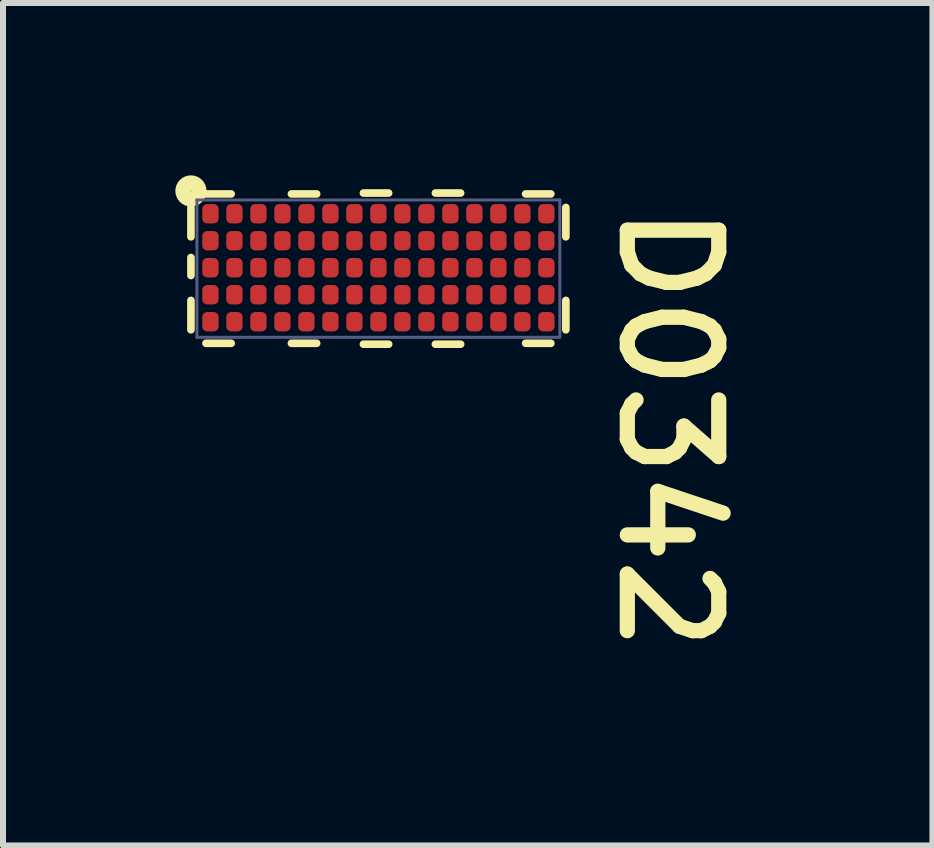
<source format=kicad_pcb>
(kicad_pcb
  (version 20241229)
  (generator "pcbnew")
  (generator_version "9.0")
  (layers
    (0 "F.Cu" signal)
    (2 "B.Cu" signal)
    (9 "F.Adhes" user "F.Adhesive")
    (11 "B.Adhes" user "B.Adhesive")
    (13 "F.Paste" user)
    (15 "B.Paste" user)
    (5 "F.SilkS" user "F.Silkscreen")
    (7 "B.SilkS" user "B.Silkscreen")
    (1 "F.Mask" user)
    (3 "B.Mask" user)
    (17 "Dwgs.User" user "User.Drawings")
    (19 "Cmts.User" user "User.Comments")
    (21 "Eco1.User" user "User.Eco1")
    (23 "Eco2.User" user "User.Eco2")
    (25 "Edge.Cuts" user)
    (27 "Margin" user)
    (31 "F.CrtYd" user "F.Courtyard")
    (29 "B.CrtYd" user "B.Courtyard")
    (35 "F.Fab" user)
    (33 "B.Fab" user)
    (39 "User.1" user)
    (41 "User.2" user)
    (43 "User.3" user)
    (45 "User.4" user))
  (footprint "D0342"
    (layer "F.Cu")
    (at 3.258 1.413)
    (property "Reference" "D0342" (at 3.95 -1.156 270) (unlocked yes) (layer "F.SilkS") (effects (font (size 1.524 1.524) (thickness 0.254)) (justify left bottom)))
    (attr smd)
    (fp_circle (center -2.8 -0.9) (end -2.75 -0.9) (stroke (width 0.1) (type solid)) (fill yes) (layer "F.Mask"))
    (fp_circle (center -2.8 -0.45) (end -2.75 -0.45) (stroke (width 0.1) (type solid)) (fill yes) (layer "F.Mask"))
    (fp_circle (center -2.8 0.00001) (end -2.75 0.00001) (stroke (width 0.1) (type solid)) (fill yes) (layer "F.Mask"))
    (fp_circle (center -2.8 0.45) (end -2.75 0.45) (stroke (width 0.1) (type solid)) (fill yes) (layer "F.Mask"))
    (fp_circle (center -2.8 0.9) (end -2.75 0.9) (stroke (width 0.1) (type solid)) (fill yes) (layer "F.Mask"))
    (fp_circle (center -2.4 -0.9) (end -2.35 -0.9) (stroke (width 0.1) (type solid)) (fill yes) (layer "F.Mask"))
    (fp_circle (center -2.4 -0.45) (end -2.35 -0.45) (stroke (width 0.1) (type solid)) (fill yes) (layer "F.Mask"))
    (fp_circle (center -2.4 0.00001) (end -2.35 0.00001) (stroke (width 0.1) (type solid)) (fill yes) (layer "F.Mask"))
    (fp_circle (center -2.4 0.45) (end -2.35 0.45) (stroke (width 0.1) (type solid)) (fill yes) (layer "F.Mask"))
    (fp_circle (center -2.4 0.9) (end -2.35 0.9) (stroke (width 0.1) (type solid)) (fill yes) (layer "F.Mask"))
    (fp_circle (center -2 -0.9) (end -1.95 -0.9) (stroke (width 0.1) (type solid)) (fill yes) (layer "F.Mask"))
    (fp_circle (center -2 -0.45) (end -1.95 -0.45) (stroke (width 0.1) (type solid)) (fill yes) (layer "F.Mask"))
    (fp_circle (center -2 0.00001) (end -1.95 0.00001) (stroke (width 0.1) (type solid)) (fill yes) (layer "F.Mask"))
    (fp_circle (center -2 0.45) (end -1.95 0.45) (stroke (width 0.1) (type solid)) (fill yes) (layer "F.Mask"))
    (fp_circle (center -2 0.9) (end -1.95 0.9) (stroke (width 0.1) (type solid)) (fill yes) (layer "F.Mask"))
    (fp_circle (center -1.6 -0.9) (end -1.55 -0.9) (stroke (width 0.1) (type solid)) (fill yes) (layer "F.Mask"))
    (fp_circle (center -1.6 -0.45) (end -1.55 -0.45) (stroke (width 0.1) (type solid)) (fill yes) (layer "F.Mask"))
    (fp_circle (center -1.6 0.00001) (end -1.55 0.00001) (stroke (width 0.1) (type solid)) (fill yes) (layer "F.Mask"))
    (fp_circle (center -1.6 0.45) (end -1.55 0.45) (stroke (width 0.1) (type solid)) (fill yes) (layer "F.Mask"))
    (fp_circle (center -1.6 0.9) (end -1.55 0.9) (stroke (width 0.1) (type solid)) (fill yes) (layer "F.Mask"))
    (fp_circle (center -1.2 -0.9) (end -1.15 -0.9) (stroke (width 0.1) (type solid)) (fill yes) (layer "F.Mask"))
    (fp_circle (center -1.2 -0.45) (end -1.15 -0.45) (stroke (width 0.1) (type solid)) (fill yes) (layer "F.Mask"))
    (fp_circle (center -1.2 0.00001) (end -1.15 0.00001) (stroke (width 0.1) (type solid)) (fill yes) (layer "F.Mask"))
    (fp_circle (center -1.2 0.45) (end -1.15 0.45) (stroke (width 0.1) (type solid)) (fill yes) (layer "F.Mask"))
    (fp_circle (center -1.2 0.9) (end -1.15 0.9) (stroke (width 0.1) (type solid)) (fill yes) (layer "F.Mask"))
    (fp_circle (center -0.8 -0.9) (end -0.75 -0.9) (stroke (width 0.1) (type solid)) (fill yes) (layer "F.Mask"))
    (fp_circle (center -0.8 -0.45) (end -0.75 -0.45) (stroke (width 0.1) (type solid)) (fill yes) (layer "F.Mask"))
    (fp_circle (center -0.8 0.00001) (end -0.75 0.00001) (stroke (width 0.1) (type solid)) (fill yes) (layer "F.Mask"))
    (fp_circle (center -0.8 0.45) (end -0.75 0.45) (stroke (width 0.1) (type solid)) (fill yes) (layer "F.Mask"))
    (fp_circle (center -0.8 0.9) (end -0.75 0.9) (stroke (width 0.1) (type solid)) (fill yes) (layer "F.Mask"))
    (fp_circle (center -0.4 -0.9) (end -0.35 -0.9) (stroke (width 0.1) (type solid)) (fill yes) (layer "F.Mask"))
    (fp_circle (center -0.4 -0.45) (end -0.35 -0.45) (stroke (width 0.1) (type solid)) (fill yes) (layer "F.Mask"))
    (fp_circle (center -0.4 0.00001) (end -0.35 0.00001) (stroke (width 0.1) (type solid)) (fill yes) (layer "F.Mask"))
    (fp_circle (center -0.4 0.45) (end -0.35 0.45) (stroke (width 0.1) (type solid)) (fill yes) (layer "F.Mask"))
    (fp_circle (center -0.4 0.9) (end -0.35 0.9) (stroke (width 0.1) (type solid)) (fill yes) (layer "F.Mask"))
    (fp_circle (center -0.00001 -0.9) (end 0.05 -0.9) (stroke (width 0.1) (type solid)) (fill yes) (layer "F.Mask"))
    (fp_circle (center -0.00001 -0.45) (end 0.05 -0.45) (stroke (width 0.1) (type solid)) (fill yes) (layer "F.Mask"))
    (fp_circle (center -0.00001 0.00001) (end 0.05 0.00001) (stroke (width 0.1) (type solid)) (fill yes) (layer "F.Mask"))
    (fp_circle (center -0.00001 0.45) (end 0.05 0.45) (stroke (width 0.1) (type solid)) (fill yes) (layer "F.Mask"))
    (fp_circle (center -0.00001 0.9) (end 0.05 0.9) (stroke (width 0.1) (type solid)) (fill yes) (layer "F.Mask"))
    (fp_circle (center 0.4 -0.9) (end 0.45 -0.9) (stroke (width 0.1) (type solid)) (fill yes) (layer "F.Mask"))
    (fp_circle (center 0.4 -0.45) (end 0.45 -0.45) (stroke (width 0.1) (type solid)) (fill yes) (layer "F.Mask"))
    (fp_circle (center 0.4 0.00001) (end 0.45 0.00001) (stroke (width 0.1) (type solid)) (fill yes) (layer "F.Mask"))
    (fp_circle (center 0.4 0.45) (end 0.45 0.45) (stroke (width 0.1) (type solid)) (fill yes) (layer "F.Mask"))
    (fp_circle (center 0.4 0.9) (end 0.45 0.9) (stroke (width 0.1) (type solid)) (fill yes) (layer "F.Mask"))
    (fp_circle (center 0.8 -0.9) (end 0.85 -0.9) (stroke (width 0.1) (type solid)) (fill yes) (layer "F.Mask"))
    (fp_circle (center 0.8 -0.45) (end 0.85 -0.45) (stroke (width 0.1) (type solid)) (fill yes) (layer "F.Mask"))
    (fp_circle (center 0.8 0.00001) (end 0.85 0.00001) (stroke (width 0.1) (type solid)) (fill yes) (layer "F.Mask"))
    (fp_circle (center 0.8 0.45) (end 0.85 0.45) (stroke (width 0.1) (type solid)) (fill yes) (layer "F.Mask"))
    (fp_circle (center 0.8 0.9) (end 0.85 0.9) (stroke (width 0.1) (type solid)) (fill yes) (layer "F.Mask"))
    (fp_circle (center 1.2 -0.9) (end 1.25 -0.9) (stroke (width 0.1) (type solid)) (fill yes) (layer "F.Mask"))
    (fp_circle (center 1.2 -0.45) (end 1.25 -0.45) (stroke (width 0.1) (type solid)) (fill yes) (layer "F.Mask"))
    (fp_circle (center 1.2 0.00001) (end 1.25 0.00001) (stroke (width 0.1) (type solid)) (fill yes) (layer "F.Mask"))
    (fp_circle (center 1.2 0.45) (end 1.25 0.45) (stroke (width 0.1) (type solid)) (fill yes) (layer "F.Mask"))
    (fp_circle (center 1.2 0.9) (end 1.25 0.9) (stroke (width 0.1) (type solid)) (fill yes) (layer "F.Mask"))
    (fp_circle (center 1.6 -0.9) (end 1.65 -0.9) (stroke (width 0.1) (type solid)) (fill yes) (layer "F.Mask"))
    (fp_circle (center 1.6 -0.45) (end 1.65 -0.45) (stroke (width 0.1) (type solid)) (fill yes) (layer "F.Mask"))
    (fp_circle (center 1.6 0.00001) (end 1.65 0.00001) (stroke (width 0.1) (type solid)) (fill yes) (layer "F.Mask"))
    (fp_circle (center 1.6 0.45) (end 1.65 0.45) (stroke (width 0.1) (type solid)) (fill yes) (layer "F.Mask"))
    (fp_circle (center 1.6 0.9) (end 1.65 0.9) (stroke (width 0.1) (type solid)) (fill yes) (layer "F.Mask"))
    (fp_circle (center 2 -0.9) (end 2.05 -0.9) (stroke (width 0.1) (type solid)) (fill yes) (layer "F.Mask"))
    (fp_circle (center 2 -0.45) (end 2.05 -0.45) (stroke (width 0.1) (type solid)) (fill yes) (layer "F.Mask"))
    (fp_circle (center 2 0.00001) (end 2.05 0.00001) (stroke (width 0.1) (type solid)) (fill yes) (layer "F.Mask"))
    (fp_circle (center 2 0.45) (end 2.05 0.45) (stroke (width 0.1) (type solid)) (fill yes) (layer "F.Mask"))
    (fp_circle (center 2 0.9) (end 2.05 0.9) (stroke (width 0.1) (type solid)) (fill yes) (layer "F.Mask"))
    (fp_circle (center 2.4 -0.9) (end 2.45 -0.9) (stroke (width 0.1) (type solid)) (fill yes) (layer "F.Mask"))
    (fp_circle (center 2.4 -0.45) (end 2.45 -0.45) (stroke (width 0.1) (type solid)) (fill yes) (layer "F.Mask"))
    (fp_circle (center 2.4 0.00001) (end 2.45 0.00001) (stroke (width 0.1) (type solid)) (fill yes) (layer "F.Mask"))
    (fp_circle (center 2.4 0.45) (end 2.45 0.45) (stroke (width 0.1) (type solid)) (fill yes) (layer "F.Mask"))
    (fp_circle (center 2.4 0.9) (end 2.45 0.9) (stroke (width 0.1) (type solid)) (fill yes) (layer "F.Mask"))
    (fp_circle (center 2.8 -0.9) (end 2.85 -0.9) (stroke (width 0.1) (type solid)) (fill yes) (layer "F.Mask"))
    (fp_circle (center 2.8 -0.45) (end 2.85 -0.45) (stroke (width 0.1) (type solid)) (fill yes) (layer "F.Mask"))
    (fp_circle (center 2.8 0.00001) (end 2.85 0.00001) (stroke (width 0.1) (type solid)) (fill yes) (layer "F.Mask"))
    (fp_circle (center 2.8 0.45) (end 2.85 0.45) (stroke (width 0.1) (type solid)) (fill yes) (layer "F.Mask"))
    (fp_circle (center 2.8 0.9) (end 2.85 0.9) (stroke (width 0.1) (type solid)) (fill yes) (layer "F.Mask"))
    (fp_line (start -3.125 -1.005) (end -3.125 -0.515) (stroke (width 0.127) (type solid)) (layer "F.SilkS"))
    (fp_line (start -3.125 -0.17) (end -3.125 0.13) (stroke (width 0.127) (type solid)) (layer "F.SilkS"))
    (fp_line (start -3.125 0.545) (end -3.125 1.035) (stroke (width 0.127) (type solid)) (layer "F.SilkS"))
    (fp_line (start -2.875 -1.23) (end -2.454 -1.23) (stroke (width 0.127) (type solid)) (layer "F.SilkS"))
    (fp_line (start -2.875 1.26) (end -2.454 1.26) (stroke (width 0.127) (type solid)) (layer "F.SilkS"))
    (fp_line (start -1.45 -1.23) (end -1.029 -1.23) (stroke (width 0.127) (type solid)) (layer "F.SilkS"))
    (fp_line (start -1.45 1.26) (end -1.029 1.26) (stroke (width 0.127) (type solid)) (layer "F.SilkS"))
    (fp_line (start -0.25 -1.245) (end 0.171 -1.245) (stroke (width 0.127) (type solid)) (layer "F.SilkS"))
    (fp_line (start -0.25 1.275) (end 0.171 1.275) (stroke (width 0.127) (type solid)) (layer "F.SilkS"))
    (fp_line (start 0.95 -1.245) (end 1.371 -1.245) (stroke (width 0.127) (type solid)) (layer "F.SilkS"))
    (fp_line (start 0.95 1.275) (end 1.371 1.275) (stroke (width 0.127) (type solid)) (layer "F.SilkS"))
    (fp_line (start 2.454 -1.23) (end 2.875 -1.23) (stroke (width 0.127) (type solid)) (layer "F.SilkS"))
    (fp_line (start 2.454 1.26) (end 2.875 1.26) (stroke (width 0.127) (type solid)) (layer "F.SilkS"))
    (fp_line (start 3.125 -1.005) (end 3.125 -0.515) (stroke (width 0.127) (type solid)) (layer "F.SilkS"))
    (fp_line (start 3.125 0.545) (end 3.125 1.035) (stroke (width 0.127) (type solid)) (layer "F.SilkS"))
    (fp_circle (center -3.125 -1.28) (end -3.119 -1.28) (stroke (width 0.254) (type solid)) (fill no) (layer "F.SilkS"))
    (fp_line (start -3.025 -1.13) (end -3.025 1.16) (stroke (width 0.05) (type solid)) (layer "B.Fab"))
    (fp_line (start -3.025 -1.13) (end 3.025 -1.13) (stroke (width 0.05) (type solid)) (layer "B.Fab"))
    (fp_line (start -3.025 1.16) (end 3.015 1.16) (stroke (width 0.05) (type solid)) (layer "B.Fab"))
    (fp_line (start 3.025 -1.13) (end 3.025 1.16) (stroke (width 0.05) (type solid)) (layer "B.Fab"))
    (pad "1" smd roundrect (at -2.8 -0.9 180) (size 0.273 0.323) (layers "F.Cu" "F.Mask" "F.Paste") (roundrect_rratio 0.3))
    (pad "2" smd roundrect (at -2.8 -0.45 180) (size 0.273 0.323) (layers "F.Cu" "F.Mask" "F.Paste") (roundrect_rratio 0.3))
    (pad "3" smd roundrect (at -2.8 0.00001 180) (size 0.273 0.323) (layers "F.Cu" "F.Mask" "F.Paste") (roundrect_rratio 0.3))
    (pad "4" smd roundrect (at -2.8 0.45 180) (size 0.273 0.323) (layers "F.Cu" "F.Mask" "F.Paste") (roundrect_rratio 0.3))
    (pad "5" smd roundrect (at -2.8 0.9 180) (size 0.273 0.323) (layers "F.Cu" "F.Mask" "F.Paste") (roundrect_rratio 0.3))
    (pad "6" smd roundrect (at -2.4 -0.9 180) (size 0.273 0.323) (layers "F.Cu" "F.Mask" "F.Paste") (roundrect_rratio 0.3))
    (pad "7" smd roundrect (at -2.4 -0.45 180) (size 0.273 0.323) (layers "F.Cu" "F.Mask" "F.Paste") (roundrect_rratio 0.3))
    (pad "8" smd roundrect (at -2.4 0.00001 180) (size 0.273 0.323) (layers "F.Cu" "F.Mask" "F.Paste") (roundrect_rratio 0.3))
    (pad "9" smd roundrect (at -2.4 0.45 180) (size 0.273 0.323) (layers "F.Cu" "F.Mask" "F.Paste") (roundrect_rratio 0.3))
    (pad "10" smd roundrect (at -2.4 0.9 180) (size 0.273 0.323) (layers "F.Cu" "F.Mask" "F.Paste") (roundrect_rratio 0.3))
    (pad "11" smd roundrect (at -2 -0.9 180) (size 0.273 0.323) (layers "F.Cu" "F.Mask" "F.Paste") (roundrect_rratio 0.3))
    (pad "12" smd roundrect (at -2 -0.45 180) (size 0.273 0.323) (layers "F.Cu" "F.Mask" "F.Paste") (roundrect_rratio 0.3))
    (pad "13" smd roundrect (at -2 0.00001 180) (size 0.273 0.323) (layers "F.Cu" "F.Mask" "F.Paste") (roundrect_rratio 0.3))
    (pad "14" smd roundrect (at -2 0.45 180) (size 0.273 0.323) (layers "F.Cu" "F.Mask" "F.Paste") (roundrect_rratio 0.3))
    (pad "15" smd roundrect (at -2 0.9 180) (size 0.273 0.323) (layers "F.Cu" "F.Mask" "F.Paste") (roundrect_rratio 0.3))
    (pad "16" smd roundrect (at -1.6 -0.9 180) (size 0.273 0.323) (layers "F.Cu" "F.Mask" "F.Paste") (roundrect_rratio 0.3))
    (pad "17" smd roundrect (at -1.6 -0.45 180) (size 0.273 0.323) (layers "F.Cu" "F.Mask" "F.Paste") (roundrect_rratio 0.3))
    (pad "18" smd roundrect (at -1.6 0.00001 180) (size 0.273 0.323) (layers "F.Cu" "F.Mask" "F.Paste") (roundrect_rratio 0.3))
    (pad "19" smd roundrect (at -1.6 0.45 180) (size 0.273 0.323) (layers "F.Cu" "F.Mask" "F.Paste") (roundrect_rratio 0.3))
    (pad "20" smd roundrect (at -1.6 0.9 180) (size 0.273 0.323) (layers "F.Cu" "F.Mask" "F.Paste") (roundrect_rratio 0.3))
    (pad "21" smd roundrect (at -1.2 -0.9 180) (size 0.273 0.323) (layers "F.Cu" "F.Mask" "F.Paste") (roundrect_rratio 0.3))
    (pad "22" smd roundrect (at -1.2 -0.45 180) (size 0.273 0.323) (layers "F.Cu" "F.Mask" "F.Paste") (roundrect_rratio 0.3))
    (pad "23" smd roundrect (at -1.2 0.00001 180) (size 0.273 0.323) (layers "F.Cu" "F.Mask" "F.Paste") (roundrect_rratio 0.3))
    (pad "24" smd roundrect (at -1.2 0.45 180) (size 0.273 0.323) (layers "F.Cu" "F.Mask" "F.Paste") (roundrect_rratio 0.3))
    (pad "25" smd roundrect (at -1.2 0.9 180) (size 0.273 0.323) (layers "F.Cu" "F.Mask" "F.Paste") (roundrect_rratio 0.3))
    (pad "26" smd roundrect (at -0.8 -0.9 180) (size 0.273 0.323) (layers "F.Cu" "F.Mask" "F.Paste") (roundrect_rratio 0.3))
    (pad "27" smd roundrect (at -0.8 -0.45 180) (size 0.273 0.323) (layers "F.Cu" "F.Mask" "F.Paste") (roundrect_rratio 0.3))
    (pad "28" smd roundrect (at -0.8 0.00001 180) (size 0.273 0.323) (layers "F.Cu" "F.Mask" "F.Paste") (roundrect_rratio 0.3))
    (pad "29" smd roundrect (at -0.8 0.45 180) (size 0.273 0.323) (layers "F.Cu" "F.Mask" "F.Paste") (roundrect_rratio 0.3))
    (pad "30" smd roundrect (at -0.8 0.9 180) (size 0.273 0.323) (layers "F.Cu" "F.Mask" "F.Paste") (roundrect_rratio 0.3))
    (pad "31" smd roundrect (at -0.4 -0.9 180) (size 0.273 0.323) (layers "F.Cu" "F.Mask" "F.Paste") (roundrect_rratio 0.3))
    (pad "32" smd roundrect (at -0.4 -0.45 180) (size 0.273 0.323) (layers "F.Cu" "F.Mask" "F.Paste") (roundrect_rratio 0.3))
    (pad "33" smd roundrect (at -0.4 0.00001 180) (size 0.273 0.323) (layers "F.Cu" "F.Mask" "F.Paste") (roundrect_rratio 0.3))
    (pad "34" smd roundrect (at -0.4 0.45 180) (size 0.273 0.323) (layers "F.Cu" "F.Mask" "F.Paste") (roundrect_rratio 0.3))
    (pad "35" smd roundrect (at -0.4 0.9 180) (size 0.273 0.323) (layers "F.Cu" "F.Mask" "F.Paste") (roundrect_rratio 0.3))
    (pad "36" smd roundrect (at 0 -0.9 180) (size 0.273 0.323) (layers "F.Cu" "F.Mask" "F.Paste") (roundrect_rratio 0.3))
    (pad "37" smd roundrect (at 0 -0.45 180) (size 0.273 0.323) (layers "F.Cu" "F.Mask" "F.Paste") (roundrect_rratio 0.3))
    (pad "38" smd roundrect (at 0 0.00001 180) (size 0.273 0.323) (layers "F.Cu" "F.Mask" "F.Paste") (roundrect_rratio 0.3))
    (pad "39" smd roundrect (at 0 0.45 180) (size 0.273 0.323) (layers "F.Cu" "F.Mask" "F.Paste") (roundrect_rratio 0.3))
    (pad "40" smd roundrect (at 0 0.9 180) (size 0.273 0.323) (layers "F.Cu" "F.Mask" "F.Paste") (roundrect_rratio 0.3))
    (pad "41" smd roundrect (at 0.4 -0.9 180) (size 0.273 0.323) (layers "F.Cu" "F.Mask" "F.Paste") (roundrect_rratio 0.3))
    (pad "42" smd roundrect (at 0.4 -0.45 180) (size 0.273 0.323) (layers "F.Cu" "F.Mask" "F.Paste") (roundrect_rratio 0.3))
    (pad "43" smd roundrect (at 0.4 0.00001 180) (size 0.273 0.323) (layers "F.Cu" "F.Mask" "F.Paste") (roundrect_rratio 0.3))
    (pad "44" smd roundrect (at 0.4 0.45 180) (size 0.273 0.323) (layers "F.Cu" "F.Mask" "F.Paste") (roundrect_rratio 0.3))
    (pad "45" smd roundrect (at 0.4 0.9 180) (size 0.273 0.323) (layers "F.Cu" "F.Mask" "F.Paste") (roundrect_rratio 0.3))
    (pad "46" smd roundrect (at 0.8 -0.9 180) (size 0.273 0.323) (layers "F.Cu" "F.Mask" "F.Paste") (roundrect_rratio 0.3))
    (pad "47" smd roundrect (at 0.8 -0.45 180) (size 0.273 0.323) (layers "F.Cu" "F.Mask" "F.Paste") (roundrect_rratio 0.3))
    (pad "48" smd roundrect (at 0.8 0.00001 180) (size 0.273 0.323) (layers "F.Cu" "F.Mask" "F.Paste") (roundrect_rratio 0.3))
    (pad "49" smd roundrect (at 0.8 0.45 180) (size 0.273 0.323) (layers "F.Cu" "F.Mask" "F.Paste") (roundrect_rratio 0.3))
    (pad "50" smd roundrect (at 0.8 0.9 180) (size 0.273 0.323) (layers "F.Cu" "F.Mask" "F.Paste") (roundrect_rratio 0.3))
    (pad "51" smd roundrect (at 1.2 -0.9 180) (size 0.273 0.323) (layers "F.Cu" "F.Mask" "F.Paste") (roundrect_rratio 0.3))
    (pad "52" smd roundrect (at 1.2 -0.45 180) (size 0.273 0.323) (layers "F.Cu" "F.Mask" "F.Paste") (roundrect_rratio 0.3))
    (pad "53" smd roundrect (at 1.2 0.00001 180) (size 0.273 0.323) (layers "F.Cu" "F.Mask" "F.Paste") (roundrect_rratio 0.3))
    (pad "54" smd roundrect (at 1.2 0.45 180) (size 0.273 0.323) (layers "F.Cu" "F.Mask" "F.Paste") (roundrect_rratio 0.3))
    (pad "55" smd roundrect (at 1.2 0.9 180) (size 0.273 0.323) (layers "F.Cu" "F.Mask" "F.Paste") (roundrect_rratio 0.3))
    (pad "56" smd roundrect (at 1.6 -0.9 180) (size 0.273 0.323) (layers "F.Cu" "F.Mask" "F.Paste") (roundrect_rratio 0.3))
    (pad "57" smd roundrect (at 1.6 -0.45 180) (size 0.273 0.323) (layers "F.Cu" "F.Mask" "F.Paste") (roundrect_rratio 0.3))
    (pad "58" smd roundrect (at 1.6 0.00001 180) (size 0.273 0.323) (layers "F.Cu" "F.Mask" "F.Paste") (roundrect_rratio 0.3))
    (pad "59" smd roundrect (at 1.6 0.45 180) (size 0.273 0.323) (layers "F.Cu" "F.Mask" "F.Paste") (roundrect_rratio 0.3))
    (pad "60" smd roundrect (at 1.6 0.9 180) (size 0.273 0.323) (layers "F.Cu" "F.Mask" "F.Paste") (roundrect_rratio 0.3))
    (pad "61" smd roundrect (at 2 -0.9 180) (size 0.273 0.323) (layers "F.Cu" "F.Mask" "F.Paste") (roundrect_rratio 0.3))
    (pad "62" smd roundrect (at 2 -0.45 180) (size 0.273 0.323) (layers "F.Cu" "F.Mask" "F.Paste") (roundrect_rratio 0.3))
    (pad "63" smd roundrect (at 2 0.00001 180) (size 0.273 0.323) (layers "F.Cu" "F.Mask" "F.Paste") (roundrect_rratio 0.3))
    (pad "64" smd roundrect (at 2 0.45 180) (size 0.273 0.323) (layers "F.Cu" "F.Mask" "F.Paste") (roundrect_rratio 0.3))
    (pad "65" smd roundrect (at 2 0.9 180) (size 0.273 0.323) (layers "F.Cu" "F.Mask" "F.Paste") (roundrect_rratio 0.3))
    (pad "66" smd roundrect (at 2.4 -0.9 180) (size 0.273 0.323) (layers "F.Cu" "F.Mask" "F.Paste") (roundrect_rratio 0.3))
    (pad "67" smd roundrect (at 2.4 -0.45 180) (size 0.273 0.323) (layers "F.Cu" "F.Mask" "F.Paste") (roundrect_rratio 0.3))
    (pad "68" smd roundrect (at 2.4 0.00001 180) (size 0.273 0.323) (layers "F.Cu" "F.Mask" "F.Paste") (roundrect_rratio 0.3))
    (pad "69" smd roundrect (at 2.4 0.45 180) (size 0.273 0.323) (layers "F.Cu" "F.Mask" "F.Paste") (roundrect_rratio 0.3))
    (pad "70" smd roundrect (at 2.4 0.9 180) (size 0.273 0.323) (layers "F.Cu" "F.Mask" "F.Paste") (roundrect_rratio 0.3))
    (pad "71" smd roundrect (at 2.8 -0.9 180) (size 0.273 0.323) (layers "F.Cu" "F.Mask" "F.Paste") (roundrect_rratio 0.3))
    (pad "72" smd roundrect (at 2.8 -0.45 180) (size 0.273 0.323) (layers "F.Cu" "F.Mask" "F.Paste") (roundrect_rratio 0.3))
    (pad "73" smd roundrect (at 2.8 0.00001 180) (size 0.273 0.323) (layers "F.Cu" "F.Mask" "F.Paste") (roundrect_rratio 0.3))
    (pad "74" smd roundrect (at 2.8 0.45 180) (size 0.273 0.323) (layers "F.Cu" "F.Mask" "F.Paste") (roundrect_rratio 0.3))
    (pad "75" smd roundrect (at 2.8 0.9 180) (size 0.273 0.323) (layers "F.Cu" "F.Mask" "F.Paste") (roundrect_rratio 0.3)))
  (gr_rect
    (start -3 -3)
    (end 12.494 11.044)
    (stroke (width 0.1) (type default))
    (fill no)
    (layer "Edge.Cuts")))
</source>
